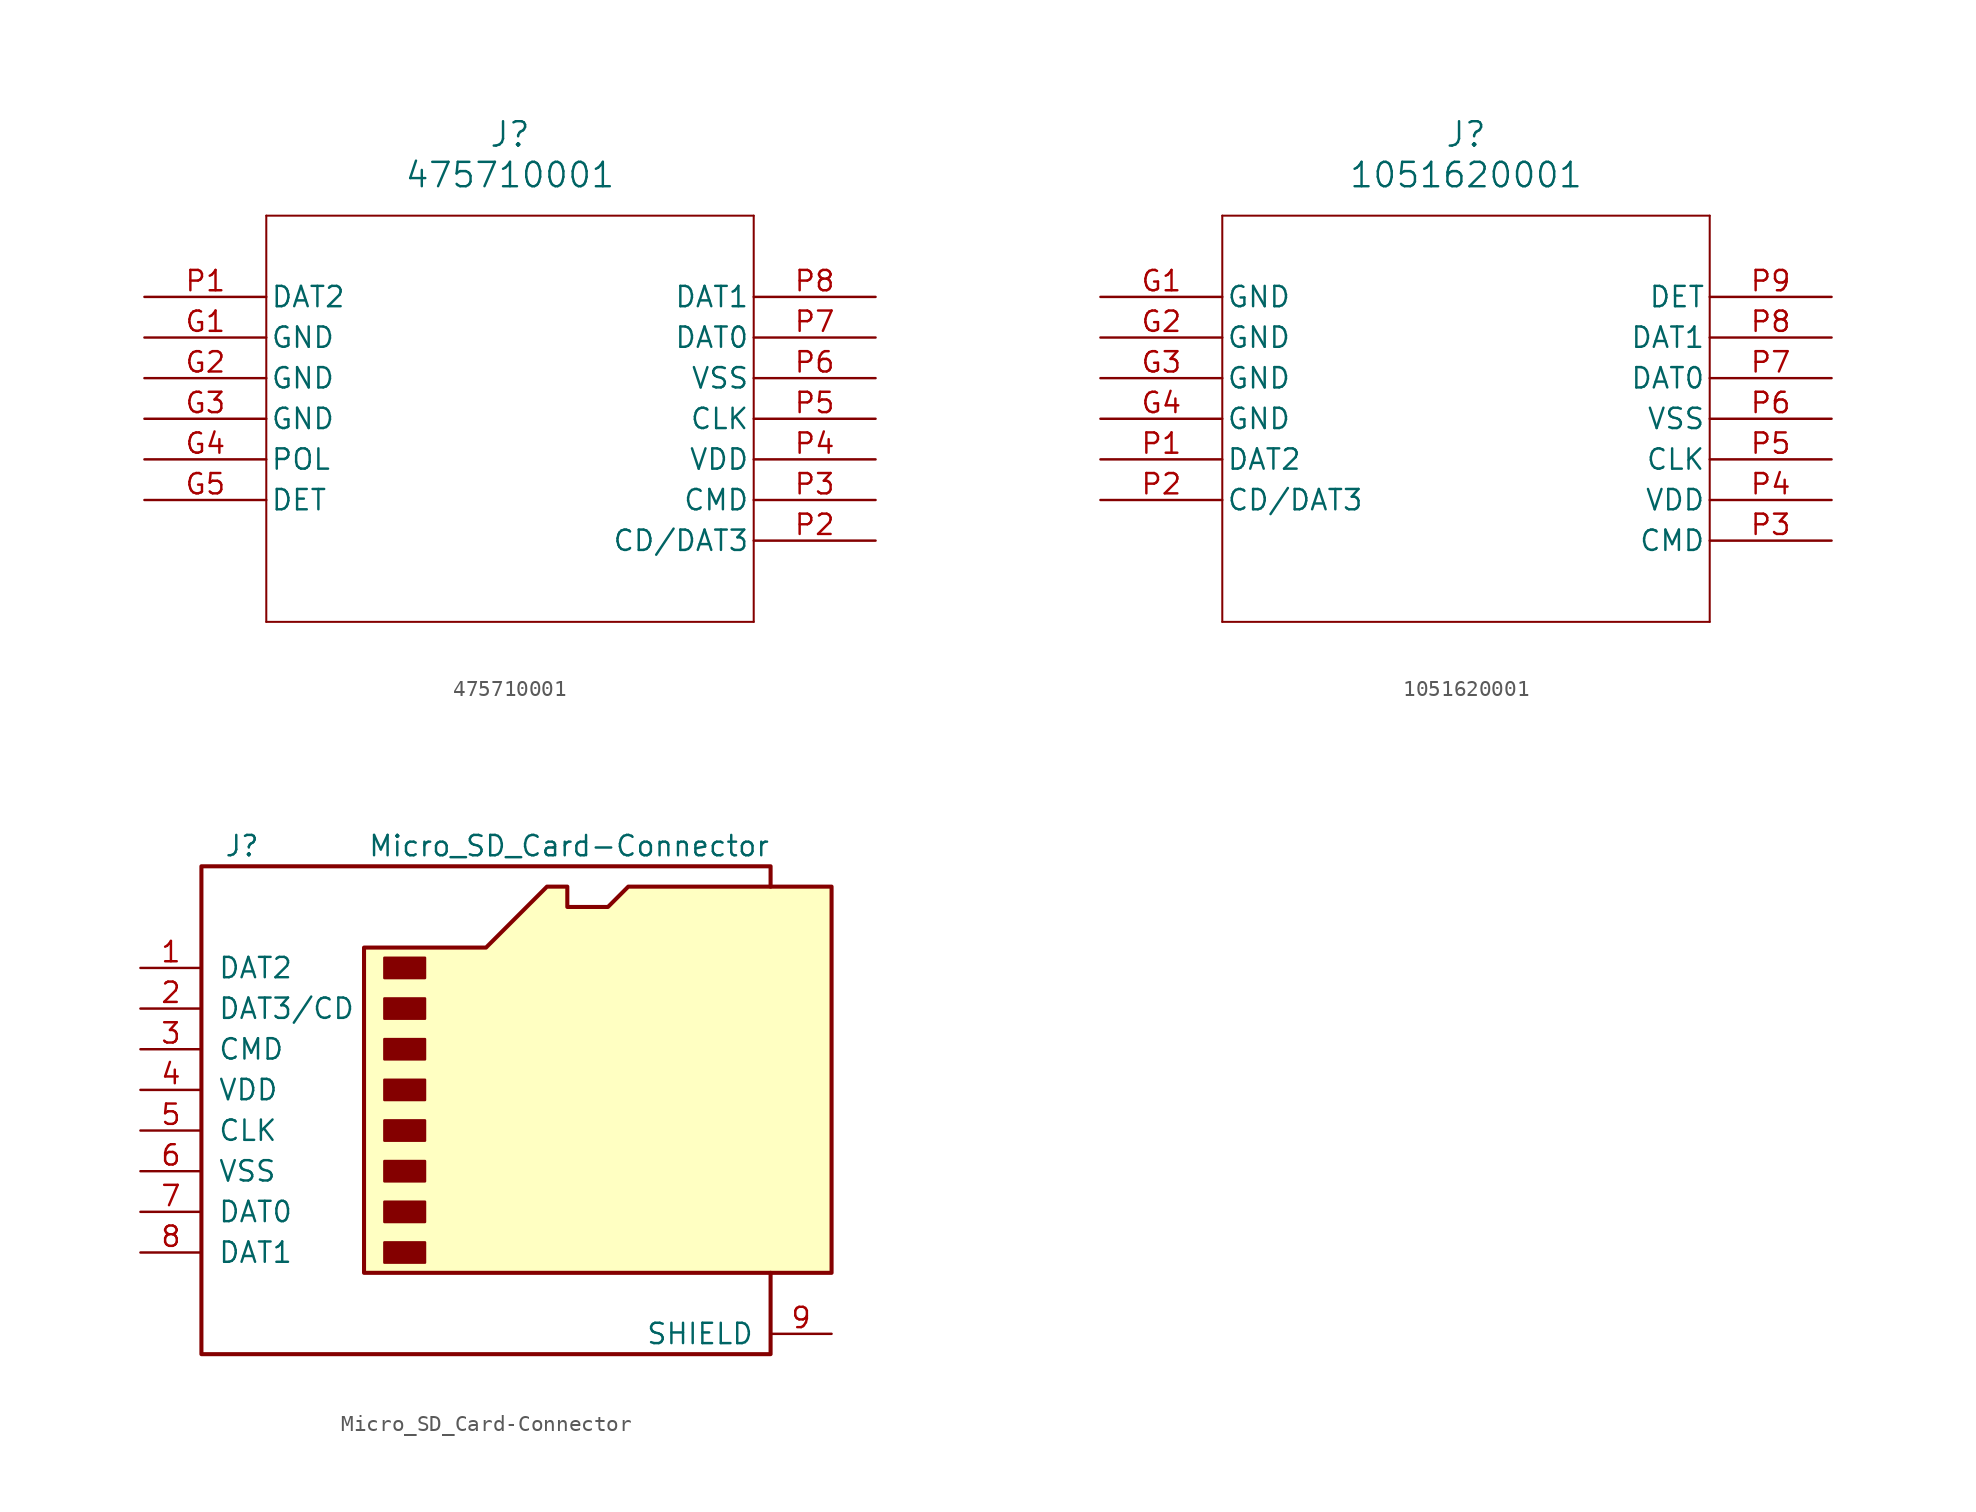
<source format=kicad_sym>
(kicad_symbol_lib
  (version 20231120)
  (generator "kicad_symbol_editor")
  (generator_version "8.0")
  (symbol "475710001"
    (pin_names
      (offset 0.254))
    (property "Reference" "J"
      (at 22.86 10.16 0)
      (effects (font (size 1.524 1.524))))
    (property "Value" "475710001"
      (at 22.86 7.62 0)
      (effects (font (size 1.524 1.524))))
    (property "ki_locked" ""
      (at 0 0 0)
      (effects (font (size 1.27 1.27))))
    (symbol "475710001_0_1"
      (polyline (pts (xy 7.62 -20.32) (xy 38.1 -20.32)) (stroke (width 0.127) (type default)) (fill (type none)))
      (polyline (pts (xy 7.62 5.08) (xy 7.62 -20.32)) (stroke (width 0.127) (type default)) (fill (type none)))
      (polyline (pts (xy 38.1 -20.32) (xy 38.1 5.08)) (stroke (width 0.127) (type default)) (fill (type none)))
      (polyline (pts (xy 38.1 5.08) (xy 7.62 5.08)) (stroke (width 0.127) (type default)) (fill (type none)))
      (pin power_out line (at 0 -2.54 0) (length 7.62) (name "GND" (effects (font (size 1.27 1.27)))) (number "G1" (effects (font (size 1.27 1.27)))))
      (pin power_out line (at 0 -5.08 0) (length 7.62) (name "GND" (effects (font (size 1.27 1.27)))) (number "G2" (effects (font (size 1.27 1.27)))))
      (pin power_out line (at 0 -7.62 0) (length 7.62) (name "GND" (effects (font (size 1.27 1.27)))) (number "G3" (effects (font (size 1.27 1.27)))))
      (pin unspecified line (at 0 -10.16 0) (length 7.62) (name "POL" (effects (font (size 1.27 1.27)))) (number "G4" (effects (font (size 1.27 1.27)))))
      (pin unspecified line (at 0 -12.7 0) (length 7.62) (name "DET" (effects (font (size 1.27 1.27)))) (number "G5" (effects (font (size 1.27 1.27)))))
      (pin bidirectional line (at 0 0 0) (length 7.62) (name "DAT2" (effects (font (size 1.27 1.27)))) (number "P1" (effects (font (size 1.27 1.27)))))
      (pin unspecified line (at 45.72 -15.24 180) (length 7.62) (name "CD/DAT3" (effects (font (size 1.27 1.27)))) (number "P2" (effects (font (size 1.27 1.27)))))
      (pin unspecified line (at 45.72 -12.7 180) (length 7.62) (name "CMD" (effects (font (size 1.27 1.27)))) (number "P3" (effects (font (size 1.27 1.27)))))
      (pin power_in line (at 45.72 -10.16 180) (length 7.62) (name "VDD" (effects (font (size 1.27 1.27)))) (number "P4" (effects (font (size 1.27 1.27)))))
      (pin unspecified line (at 45.72 -7.62 180) (length 7.62) (name "CLK" (effects (font (size 1.27 1.27)))) (number "P5" (effects (font (size 1.27 1.27)))))
      (pin power_out line (at 45.72 -5.08 180) (length 7.62) (name "VSS" (effects (font (size 1.27 1.27)))) (number "P6" (effects (font (size 1.27 1.27)))))
      (pin bidirectional line (at 45.72 -2.54 180) (length 7.62) (name "DAT0" (effects (font (size 1.27 1.27)))) (number "P7" (effects (font (size 1.27 1.27)))))
      (pin bidirectional line (at 45.72 0 180) (length 7.62) (name "DAT1" (effects (font (size 1.27 1.27)))) (number "P8" (effects (font (size 1.27 1.27)))))))
  (symbol "1051620001"
    (pin_names
      (offset 0.254))
    (property "Reference" "J"
      (at 22.86 10.16 0)
      (effects (font (size 1.524 1.524))))
    (property "Value" "1051620001"
      (at 22.86 7.62 0)
      (effects (font (size 1.524 1.524))))
    (property "ki_locked" ""
      (at 0 0 0)
      (effects (font (size 1.27 1.27))))
    (symbol "1051620001_0_1"
      (polyline (pts (xy 7.62 -20.32) (xy 38.1 -20.32)) (stroke (width 0.127) (type default)) (fill (type none)))
      (polyline (pts (xy 7.62 5.08) (xy 7.62 -20.32)) (stroke (width 0.127) (type default)) (fill (type none)))
      (polyline (pts (xy 38.1 -20.32) (xy 38.1 5.08)) (stroke (width 0.127) (type default)) (fill (type none)))
      (polyline (pts (xy 38.1 5.08) (xy 7.62 5.08)) (stroke (width 0.127) (type default)) (fill (type none)))
      (pin power_out line (at 0 0 0) (length 7.62) (name "GND" (effects (font (size 1.27 1.27)))) (number "G1" (effects (font (size 1.27 1.27)))))
      (pin power_out line (at 0 -2.54 0) (length 7.62) (name "GND" (effects (font (size 1.27 1.27)))) (number "G2" (effects (font (size 1.27 1.27)))))
      (pin power_out line (at 0 -5.08 0) (length 7.62) (name "GND" (effects (font (size 1.27 1.27)))) (number "G3" (effects (font (size 1.27 1.27)))))
      (pin power_out line (at 0 -7.62 0) (length 7.62) (name "GND" (effects (font (size 1.27 1.27)))) (number "G4" (effects (font (size 1.27 1.27)))))
      (pin bidirectional line (at 0 -10.16 0) (length 7.62) (name "DAT2" (effects (font (size 1.27 1.27)))) (number "P1" (effects (font (size 1.27 1.27)))))
      (pin unspecified line (at 0 -12.7 0) (length 7.62) (name "CD/DAT3" (effects (font (size 1.27 1.27)))) (number "P2" (effects (font (size 1.27 1.27)))))
      (pin unspecified line (at 45.72 -15.24 180) (length 7.62) (name "CMD" (effects (font (size 1.27 1.27)))) (number "P3" (effects (font (size 1.27 1.27)))))
      (pin power_in line (at 45.72 -12.7 180) (length 7.62) (name "VDD" (effects (font (size 1.27 1.27)))) (number "P4" (effects (font (size 1.27 1.27)))))
      (pin unspecified line (at 45.72 -10.16 180) (length 7.62) (name "CLK" (effects (font (size 1.27 1.27)))) (number "P5" (effects (font (size 1.27 1.27)))))
      (pin power_out line (at 45.72 -7.62 180) (length 7.62) (name "VSS" (effects (font (size 1.27 1.27)))) (number "P6" (effects (font (size 1.27 1.27)))))
      (pin bidirectional line (at 45.72 -5.08 180) (length 7.62) (name "DAT0" (effects (font (size 1.27 1.27)))) (number "P7" (effects (font (size 1.27 1.27)))))
      (pin bidirectional line (at 45.72 -2.54 180) (length 7.62) (name "DAT1" (effects (font (size 1.27 1.27)))) (number "P8" (effects (font (size 1.27 1.27)))))
      (pin unspecified line (at 45.72 0 180) (length 7.62) (name "DET" (effects (font (size 1.27 1.27)))) (number "P9" (effects (font (size 1.27 1.27)))))))
  (symbol "Micro_SD_Card-Connector"
    (pin_names
      (offset 1.016))
    (property "Reference" "J"
      (at -16.51 15.24 0)
      (effects (font (size 1.27 1.27))))
    (property "Value" "Micro_SD_Card-Connector"
      (at 16.51 15.24 0)
      (effects (font (size 1.27 1.27)) (justify right)))
    (symbol "Micro_SD_Card-Connector_0_1"
      (rectangle (start -7.62 -9.525) (end -5.08 -10.795) (stroke (width 0) (type solid)) (fill (type outline)))
      (rectangle (start -7.62 -6.985) (end -5.08 -8.255) (stroke (width 0) (type solid)) (fill (type outline)))
      (rectangle (start -7.62 -4.445) (end -5.08 -5.715) (stroke (width 0) (type solid)) (fill (type outline)))
      (rectangle (start -7.62 -1.905) (end -5.08 -3.175) (stroke (width 0) (type solid)) (fill (type outline)))
      (rectangle (start -7.62 0.635) (end -5.08 -0.635) (stroke (width 0) (type solid)) (fill (type outline)))
      (rectangle (start -7.62 3.175) (end -5.08 1.905) (stroke (width 0) (type solid)) (fill (type outline)))
      (rectangle (start -7.62 5.715) (end -5.08 4.445) (stroke (width 0) (type solid)) (fill (type outline)))
      (rectangle (start -7.62 8.255) (end -5.08 6.985) (stroke (width 0) (type solid)) (fill (type outline)))
      (polyline (pts (xy 16.51 12.7) (xy 16.51 13.97) (xy -19.05 13.97) (xy -19.05 -16.51) (xy 16.51 -16.51) (xy 16.51 -11.43)) (stroke (width 0.254) (type solid)) (fill (type none)))
      (polyline (pts (xy -8.89 -11.43) (xy -8.89 8.89) (xy -1.27 8.89) (xy 2.54 12.7) (xy 3.81 12.7) (xy 3.81 11.43) (xy 6.35 11.43) (xy 7.62 12.7) (xy 20.32 12.7) (xy 20.32 -11.43) (xy -8.89 -11.43)) (stroke (width 0.254) (type solid)) (fill (type background))))
    (symbol "Micro_SD_Card-Connector_1_1"
      (pin bidirectional line (at -22.86 7.62 0) (length 3.81) (name "DAT2" (effects (font (size 1.27 1.27)))) (number "1" (effects (font (size 1.27 1.27)))))
      (pin bidirectional line (at -22.86 5.08 0) (length 3.81) (name "DAT3/CD" (effects (font (size 1.27 1.27)))) (number "2" (effects (font (size 1.27 1.27)))))
      (pin input line (at -22.86 2.54 0) (length 3.81) (name "CMD" (effects (font (size 1.27 1.27)))) (number "3" (effects (font (size 1.27 1.27)))))
      (pin power_in line (at -22.86 0 0) (length 3.81) (name "VDD" (effects (font (size 1.27 1.27)))) (number "4" (effects (font (size 1.27 1.27)))))
      (pin input line (at -22.86 -2.54 0) (length 3.81) (name "CLK" (effects (font (size 1.27 1.27)))) (number "5" (effects (font (size 1.27 1.27)))))
      (pin power_in line (at -22.86 -5.08 0) (length 3.81) (name "VSS" (effects (font (size 1.27 1.27)))) (number "6" (effects (font (size 1.27 1.27)))))
      (pin input line (at -22.86 -7.62 0) (length 3.81) (name "DAT0" (effects (font (size 1.27 1.27)))) (number "7" (effects (font (size 1.27 1.27)))))
      (pin input line (at -22.86 -10.16 0) (length 3.81) (name "DAT1" (effects (font (size 1.27 1.27)))) (number "8" (effects (font (size 1.27 1.27)))))
      (pin passive line (at 20.32 -15.24 180) (length 3.81) (name "SHIELD" (effects (font (size 1.27 1.27)))) (number "9" (effects (font (size 1.27 1.27))))))))
</source>
